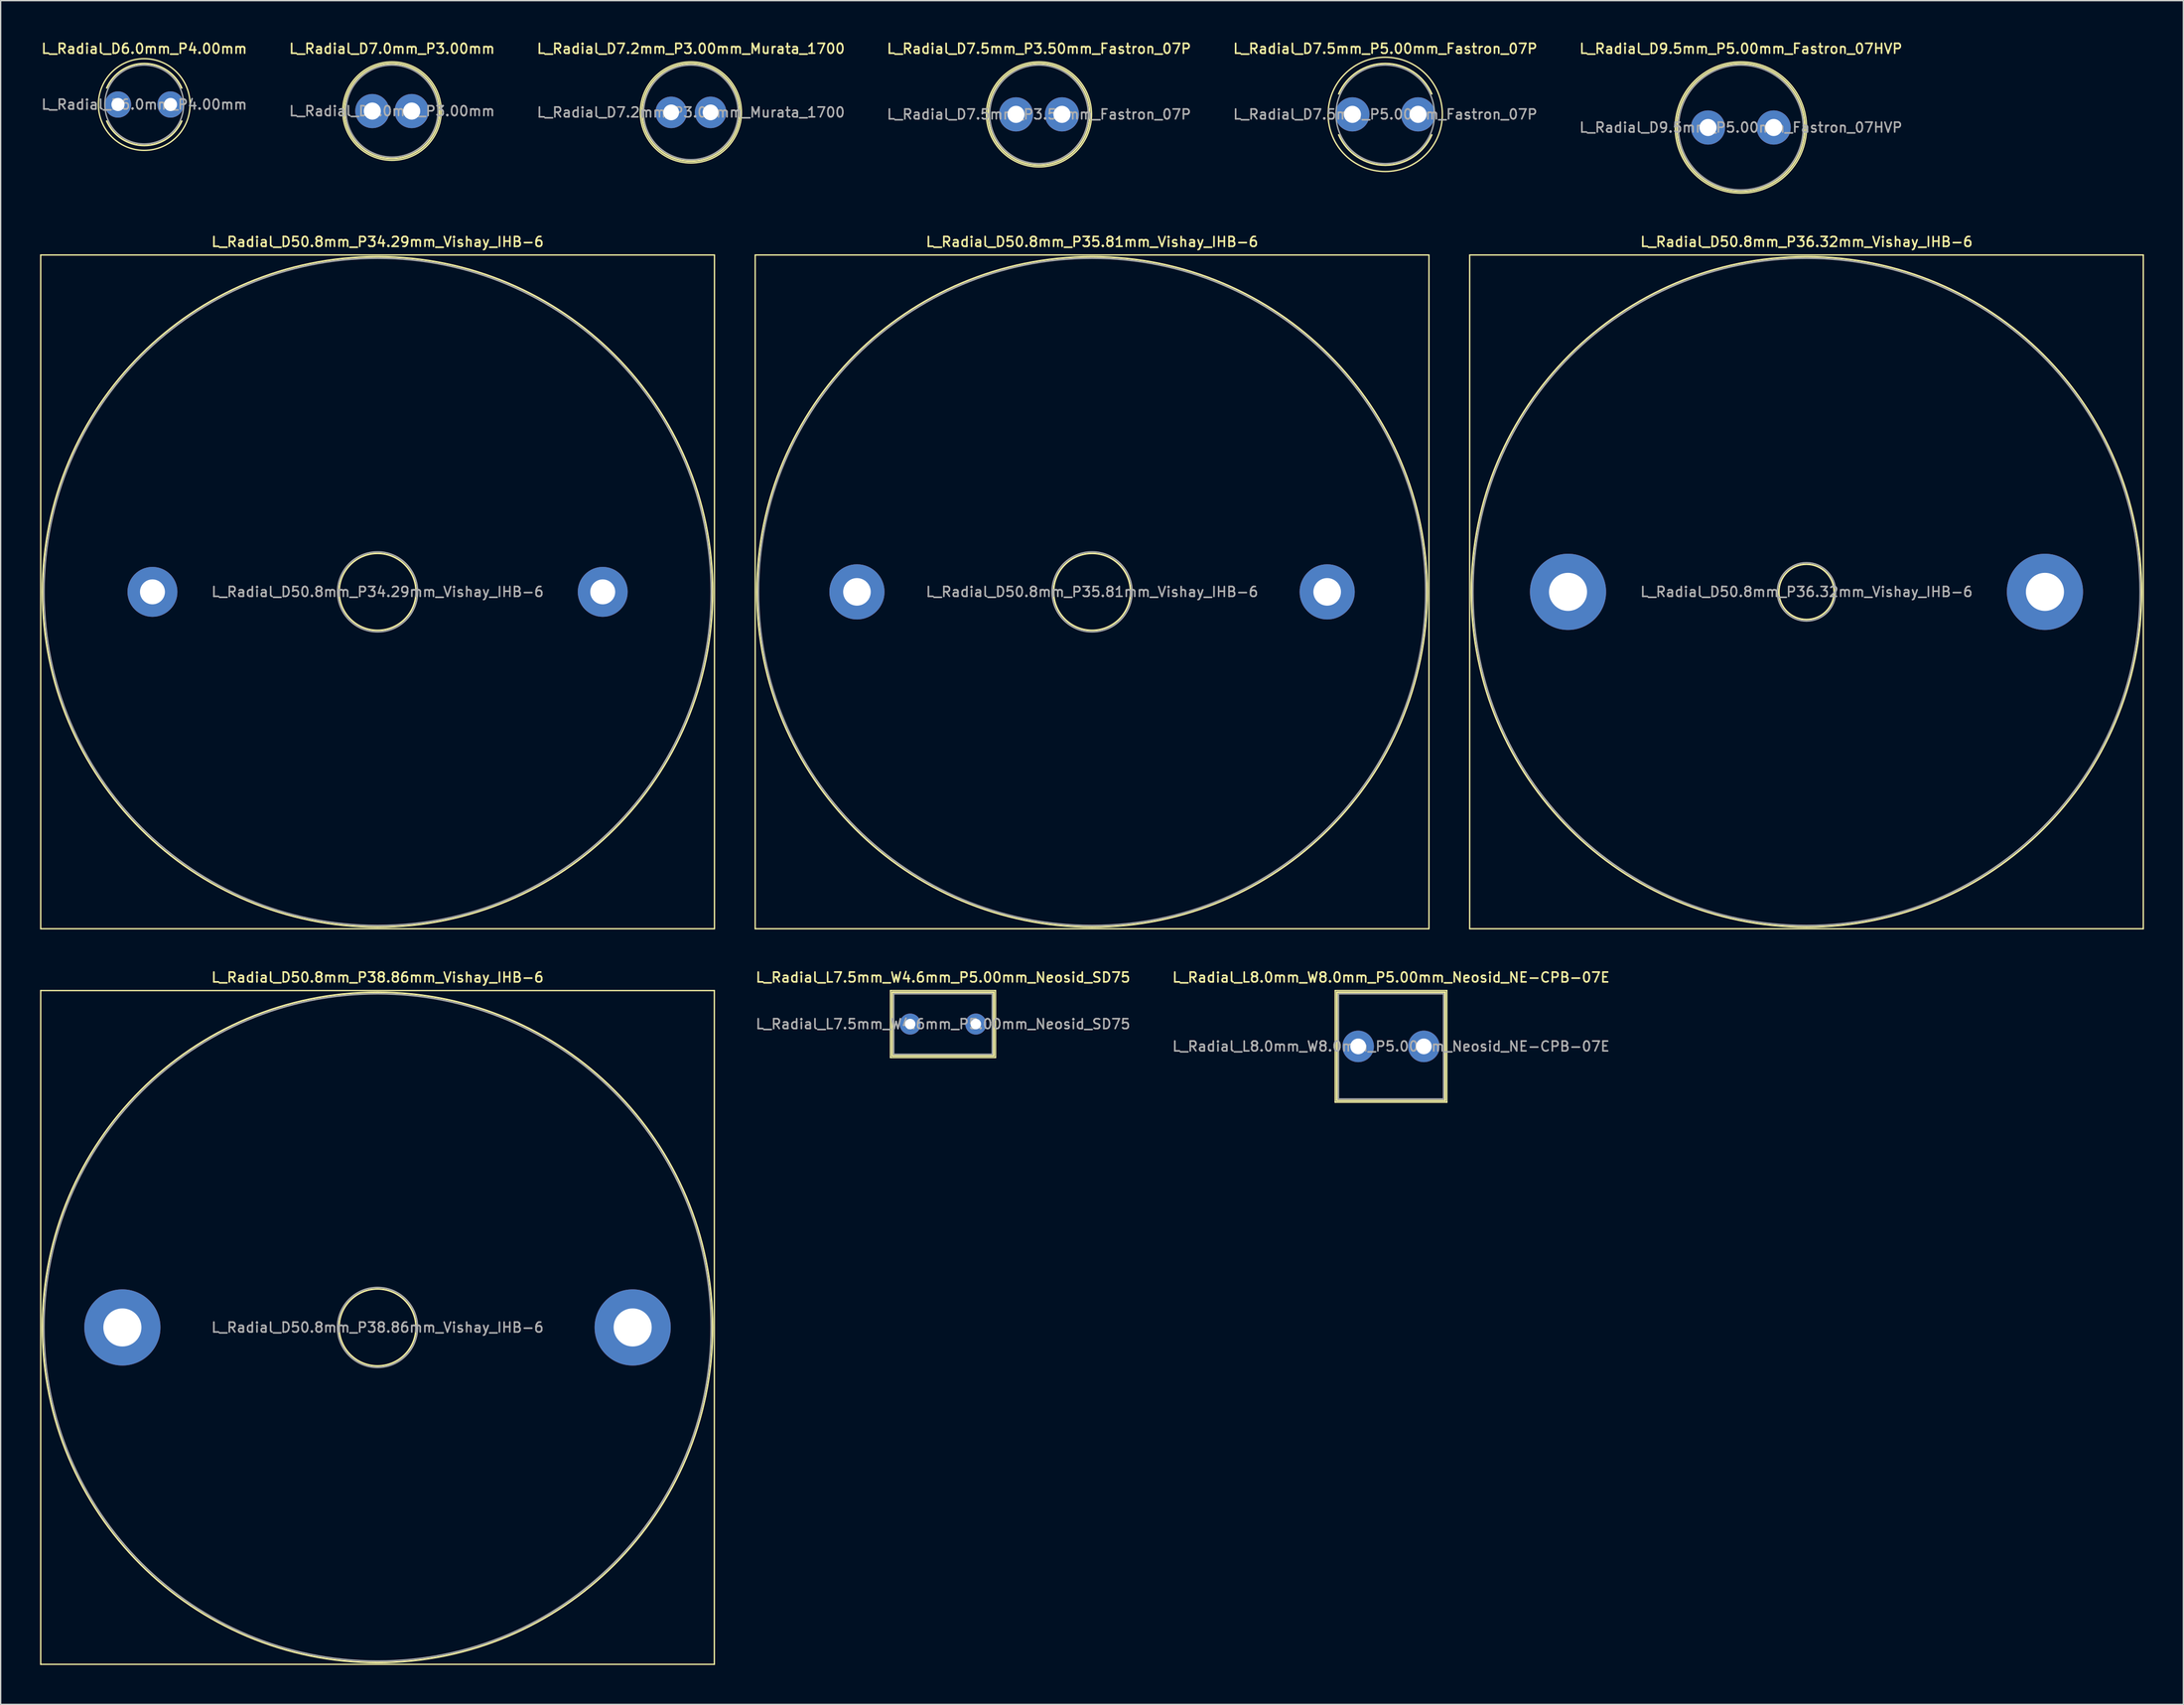
<source format=kicad_pcb>
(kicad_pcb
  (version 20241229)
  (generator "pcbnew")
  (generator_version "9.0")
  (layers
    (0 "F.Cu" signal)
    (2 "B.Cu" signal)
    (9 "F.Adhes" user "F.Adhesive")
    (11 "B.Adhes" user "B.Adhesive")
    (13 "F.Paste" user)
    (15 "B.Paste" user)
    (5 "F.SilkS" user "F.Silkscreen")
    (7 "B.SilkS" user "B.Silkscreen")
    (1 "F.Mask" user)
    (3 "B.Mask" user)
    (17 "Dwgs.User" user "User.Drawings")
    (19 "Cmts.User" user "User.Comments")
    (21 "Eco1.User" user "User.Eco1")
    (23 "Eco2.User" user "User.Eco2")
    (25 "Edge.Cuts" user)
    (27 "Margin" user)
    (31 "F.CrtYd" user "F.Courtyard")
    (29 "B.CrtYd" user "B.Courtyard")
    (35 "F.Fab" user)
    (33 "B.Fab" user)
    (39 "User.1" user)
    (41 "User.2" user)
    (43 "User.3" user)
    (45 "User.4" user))
  (footprint "L_Radial_D50.8mm_P34.29mm_Vishay_IHB-6"
    (layer "F.Cu")
    (at 8.56 42.016)
    (property "Reference" "L_Radial_D50.8mm_P34.29mm_Vishay_IHB-6" (at 17.145 -26.65 0) (layer "F.SilkS") (effects (font (size 0.75 0.75) (thickness 0.125))))
    (attr through_hole)
    (fp_line (start -8.51 -25.65) (end -8.51 25.65) (stroke (width 0.1) (type solid)) (layer "F.SilkS"))
    (fp_line (start -8.51 25.65) (end 42.8 25.65) (stroke (width 0.1) (type solid)) (layer "F.SilkS"))
    (fp_line (start 42.8 -25.65) (end -8.51 -25.65) (stroke (width 0.1) (type solid)) (layer "F.SilkS"))
    (fp_line (start 42.8 25.65) (end 42.8 -25.65) (stroke (width 0.1) (type solid)) (layer "F.SilkS"))
    (fp_circle (center 17.145 0) (end 20.075 0) (stroke (width 0.12) (type solid)) (fill no) (layer "F.SilkS"))
    (fp_circle (center 17.145 0) (end 42.665 0) (stroke (width 0.12) (type solid)) (fill no) (layer "F.SilkS"))
    (fp_circle (center 17.145 0) (end 20.195 0) (stroke (width 0.1) (type solid)) (fill no) (layer "F.Fab"))
    (fp_circle (center 17.145 0) (end 42.545 0) (stroke (width 0.1) (type solid)) (fill no) (layer "F.Fab"))
    (fp_text user "${REFERENCE}" (at 17.145 0 0) (layer "F.Fab") (effects (font (size 0.75 0.75) (thickness 0.125))))
    (pad "1" thru_hole circle (at 0 0) (size 3.8 3.8) (drill 1.9) (layers "*.Cu" "*.Mask"))
    (pad "2" thru_hole circle (at 34.29 0) (size 3.8 3.8) (drill 1.9) (layers "*.Cu" "*.Mask")))
  (footprint "L_Radial_D9.5mm_P5.00mm_Fastron_07HVP"
    (layer "F.Cu")
    (at 127.023 6.658)
    (property "Reference" "L_Radial_D9.5mm_P5.00mm_Fastron_07HVP" (at 2.5 -6 0) (layer "F.SilkS") (effects (font (size 0.75 0.75) (thickness 0.125))))
    (attr through_hole)
    (fp_circle (center 2.5 0) (end 7.37 0) (stroke (width 0.12) (type solid)) (fill no) (layer "F.SilkS"))
    (fp_circle (center 2.5 0) (end 7.5 0) (stroke (width 0.1) (type solid)) (fill no) (layer "F.SilkS"))
    (fp_circle (center 2.5 0) (end 7.25 0) (stroke (width 0.1) (type solid)) (fill no) (layer "F.Fab"))
    (fp_text user "${REFERENCE}" (at 2.5 0 0) (layer "F.Fab") (effects (font (size 0.75 0.75) (thickness 0.125))))
    (pad "1" thru_hole circle (at 0 0) (size 2.6 2.6) (drill 1.3) (layers "*.Cu" "*.Mask"))
    (pad "2" thru_hole circle (at 5 0) (size 2.6 2.6) (drill 1.3) (layers "*.Cu" "*.Mask")))
  (footprint "L_Radial_D50.8mm_P36.32mm_Vishay_IHB-6"
    (layer "F.Cu")
    (at 116.36 42.016)
    (property "Reference" "L_Radial_D50.8mm_P36.32mm_Vishay_IHB-6" (at 18.16 -26.65 0) (layer "F.SilkS") (effects (font (size 0.75 0.75) (thickness 0.125))))
    (attr through_hole)
    (fp_line (start -7.49 -25.65) (end -7.49 25.65) (stroke (width 0.1) (type solid)) (layer "F.SilkS"))
    (fp_line (start -7.49 25.65) (end 43.81 25.65) (stroke (width 0.1) (type solid)) (layer "F.SilkS"))
    (fp_line (start 43.81 -25.65) (end -7.49 -25.65) (stroke (width 0.1) (type solid)) (layer "F.SilkS"))
    (fp_line (start 43.81 25.65) (end 43.81 -25.65) (stroke (width 0.1) (type solid)) (layer "F.SilkS"))
    (fp_circle (center 18.16 0) (end 20.265 0) (stroke (width 0.12) (type solid)) (fill no) (layer "F.SilkS"))
    (fp_circle (center 18.16 0) (end 43.68 0) (stroke (width 0.12) (type solid)) (fill no) (layer "F.SilkS"))
    (fp_circle (center 18.16 0) (end 20.385 0) (stroke (width 0.1) (type solid)) (fill no) (layer "F.Fab"))
    (fp_circle (center 18.16 0) (end 43.56 0) (stroke (width 0.1) (type solid)) (fill no) (layer "F.Fab"))
    (fp_text user "${REFERENCE}" (at 18.16 0 0) (layer "F.Fab") (effects (font (size 0.75 0.75) (thickness 0.125))))
    (pad "1" thru_hole circle (at 0 0) (size 5.8 5.8) (drill 2.9) (layers "*.Cu" "*.Mask"))
    (pad "2" thru_hole circle (at 36.32 0) (size 5.8 5.8) (drill 2.9) (layers "*.Cu" "*.Mask")))
  (footprint "L_Radial_D7.5mm_P3.50mm_Fastron_07P"
    (layer "F.Cu")
    (at 74.323 5.658)
    (property "Reference" "L_Radial_D7.5mm_P3.50mm_Fastron_07P" (at 1.75 -5 0) (layer "F.SilkS") (effects (font (size 0.75 0.75) (thickness 0.125))))
    (attr through_hole)
    (fp_circle (center 1.75 0) (end 5.62 0) (stroke (width 0.12) (type solid)) (fill no) (layer "F.SilkS"))
    (fp_circle (center 1.75 0) (end 5.75 0) (stroke (width 0.1) (type solid)) (fill no) (layer "F.SilkS"))
    (fp_circle (center 1.75 0) (end 5.5 0) (stroke (width 0.1) (type solid)) (fill no) (layer "F.Fab"))
    (fp_text user "${REFERENCE}" (at 1.75 0 0) (layer "F.Fab") (effects (font (size 0.75 0.75) (thickness 0.125))))
    (pad "1" thru_hole circle (at 0 0) (size 2.6 2.6) (drill 1.3) (layers "*.Cu" "*.Mask"))
    (pad "2" thru_hole circle (at 3.5 0) (size 2.6 2.6) (drill 1.3) (layers "*.Cu" "*.Mask")))
  (footprint "L_Radial_D50.8mm_P38.86mm_Vishay_IHB-6"
    (layer "F.Cu")
    (at 6.27 98.024)
    (property "Reference" "L_Radial_D50.8mm_P38.86mm_Vishay_IHB-6" (at 19.43 -26.65 0) (layer "F.SilkS") (effects (font (size 0.75 0.75) (thickness 0.125))))
    (attr through_hole)
    (fp_line (start -6.22 -25.65) (end -6.22 25.65) (stroke (width 0.1) (type solid)) (layer "F.SilkS"))
    (fp_line (start -6.22 25.65) (end 45.08 25.65) (stroke (width 0.1) (type solid)) (layer "F.SilkS"))
    (fp_line (start 45.08 -25.65) (end -6.22 -25.65) (stroke (width 0.1) (type solid)) (layer "F.SilkS"))
    (fp_line (start 45.08 25.65) (end 45.08 -25.65) (stroke (width 0.1) (type solid)) (layer "F.SilkS"))
    (fp_circle (center 19.43 0) (end 22.36 0) (stroke (width 0.12) (type solid)) (fill no) (layer "F.SilkS"))
    (fp_circle (center 19.43 0) (end 44.95 0) (stroke (width 0.12) (type solid)) (fill no) (layer "F.SilkS"))
    (fp_circle (center 19.43 0) (end 22.48 0) (stroke (width 0.1) (type solid)) (fill no) (layer "F.Fab"))
    (fp_circle (center 19.43 0) (end 44.83 0) (stroke (width 0.1) (type solid)) (fill no) (layer "F.Fab"))
    (fp_text user "${REFERENCE}" (at 19.43 0 0) (layer "F.Fab") (effects (font (size 0.75 0.75) (thickness 0.125))))
    (pad "1" thru_hole circle (at 0 0) (size 5.8 5.8) (drill 2.9) (layers "*.Cu" "*.Mask"))
    (pad "2" thru_hole circle (at 38.86 0) (size 5.8 5.8) (drill 2.9) (layers "*.Cu" "*.Mask")))
  (footprint "L_Radial_L7.5mm_W4.6mm_P5.00mm_Neosid_SD75"
    (layer "F.Cu")
    (at 66.263 74.924)
    (property "Reference" "L_Radial_L7.5mm_W4.6mm_P5.00mm_Neosid_SD75" (at 2.5 -3.55 0) (layer "F.SilkS") (effects (font (size 0.75 0.75) (thickness 0.125))))
    (attr through_hole)
    (fp_line (start -1.5 -2.55) (end -1.5 2.55) (stroke (width 0.1) (type solid)) (layer "F.SilkS"))
    (fp_line (start -1.5 2.55) (end 6.5 2.55) (stroke (width 0.1) (type solid)) (layer "F.SilkS"))
    (fp_line (start -1.37 -2.42) (end -1.37 2.42) (stroke (width 0.12) (type solid)) (layer "F.SilkS"))
    (fp_line (start -1.37 -2.42) (end 6.37 -2.42) (stroke (width 0.12) (type solid)) (layer "F.SilkS"))
    (fp_line (start -1.37 2.42) (end 6.37 2.42) (stroke (width 0.12) (type solid)) (layer "F.SilkS"))
    (fp_line (start 6.37 -2.42) (end 6.37 2.42) (stroke (width 0.12) (type solid)) (layer "F.SilkS"))
    (fp_line (start 6.5 -2.55) (end -1.5 -2.55) (stroke (width 0.1) (type solid)) (layer "F.SilkS"))
    (fp_line (start 6.5 2.55) (end 6.5 -2.55) (stroke (width 0.1) (type solid)) (layer "F.SilkS"))
    (fp_line (start -1.25 -2.3) (end -1.25 2.3) (stroke (width 0.1) (type solid)) (layer "F.Fab"))
    (fp_line (start -1.25 2.3) (end 6.25 2.3) (stroke (width 0.1) (type solid)) (layer "F.Fab"))
    (fp_line (start 6.25 -2.3) (end -1.25 -2.3) (stroke (width 0.1) (type solid)) (layer "F.Fab"))
    (fp_line (start 6.25 2.3) (end 6.25 -2.3) (stroke (width 0.1) (type solid)) (layer "F.Fab"))
    (fp_text user "${REFERENCE}" (at 2.5 0 0) (layer "F.Fab") (effects (font (size 0.75 0.75) (thickness 0.125))))
    (pad "1" thru_hole circle (at 0 0) (size 1.6 1.6) (drill 0.8) (layers "*.Cu" "*.Mask"))
    (pad "2" thru_hole circle (at 5 0) (size 1.6 1.6) (drill 0.8) (layers "*.Cu" "*.Mask")))
  (footprint "L_Radial_D7.5mm_P5.00mm_Fastron_07P"
    (layer "F.Cu")
    (at 99.941 5.658)
    (property "Reference" "L_Radial_D7.5mm_P5.00mm_Fastron_07P" (at 2.5 -5 0) (layer "F.SilkS") (effects (font (size 0.75 0.75) (thickness 0.125))))
    (attr through_hole)
    (fp_arc (start -1.041652 -1.56) (mid 2.5 -3.87) (end 6.041652 -1.56) (stroke (width 0.12) (type solid)) (layer "F.SilkS"))
    (fp_arc (start 6.041652 1.56) (mid 2.5 3.87) (end -1.041652 1.56) (stroke (width 0.12) (type solid)) (layer "F.SilkS"))
    (fp_circle (center 2.5 0) (end 6.85 0) (stroke (width 0.1) (type solid)) (fill no) (layer "F.SilkS"))
    (fp_circle (center 2.5 0) (end 6.25 0) (stroke (width 0.1) (type solid)) (fill no) (layer "F.Fab"))
    (fp_text user "${REFERENCE}" (at 2.5 0 0) (layer "F.Fab") (effects (font (size 0.75 0.75) (thickness 0.125))))
    (pad "1" thru_hole circle (at 0 0) (size 2.6 2.6) (drill 1.3) (layers "*.Cu" "*.Mask"))
    (pad "2" thru_hole circle (at 5 0) (size 2.6 2.6) (drill 1.3) (layers "*.Cu" "*.Mask")))
  (footprint "L_Radial_L8.0mm_W8.0mm_P5.00mm_Neosid_NE-CPB-07E"
    (layer "F.Cu")
    (at 100.38 76.624)
    (property "Reference" "L_Radial_L8.0mm_W8.0mm_P5.00mm_Neosid_NE-CPB-07E" (at 2.5 -5.25 0) (layer "F.SilkS") (effects (font (size 0.75 0.75) (thickness 0.125))))
    (attr through_hole)
    (fp_line (start -1.75 -4.25) (end -1.75 4.25) (stroke (width 0.1) (type solid)) (layer "F.SilkS"))
    (fp_line (start -1.75 4.25) (end 6.75 4.25) (stroke (width 0.1) (type solid)) (layer "F.SilkS"))
    (fp_line (start -1.62 -4.12) (end -1.62 4.12) (stroke (width 0.12) (type solid)) (layer "F.SilkS"))
    (fp_line (start -1.62 -4.12) (end 6.62 -4.12) (stroke (width 0.12) (type solid)) (layer "F.SilkS"))
    (fp_line (start -1.62 4.12) (end 6.62 4.12) (stroke (width 0.12) (type solid)) (layer "F.SilkS"))
    (fp_line (start 6.62 -4.12) (end 6.62 4.12) (stroke (width 0.12) (type solid)) (layer "F.SilkS"))
    (fp_line (start 6.75 -4.25) (end -1.75 -4.25) (stroke (width 0.1) (type solid)) (layer "F.SilkS"))
    (fp_line (start 6.75 4.25) (end 6.75 -4.25) (stroke (width 0.1) (type solid)) (layer "F.SilkS"))
    (fp_line (start -1.5 -4) (end -1.5 4) (stroke (width 0.1) (type solid)) (layer "F.Fab"))
    (fp_line (start -1.5 4) (end 6.5 4) (stroke (width 0.1) (type solid)) (layer "F.Fab"))
    (fp_line (start 6.5 -4) (end -1.5 -4) (stroke (width 0.1) (type solid)) (layer "F.Fab"))
    (fp_line (start 6.5 4) (end 6.5 -4) (stroke (width 0.1) (type solid)) (layer "F.Fab"))
    (fp_text user "${REFERENCE}" (at 2.5 0 0) (layer "F.Fab") (effects (font (size 0.75 0.75) (thickness 0.125))))
    (pad "1" thru_hole circle (at 0 0) (size 2.4 2.4) (drill 1.2) (layers "*.Cu" "*.Mask"))
    (pad "2" thru_hole circle (at 5 0) (size 2.4 2.4) (drill 1.2) (layers "*.Cu" "*.Mask")))
  (footprint "L_Radial_D7.2mm_P3.00mm_Murata_1700"
    (layer "F.Cu")
    (at 48.063 5.508)
    (property "Reference" "L_Radial_D7.2mm_P3.00mm_Murata_1700" (at 1.5 -4.85 0) (layer "F.SilkS") (effects (font (size 0.75 0.75) (thickness 0.125))))
    (attr through_hole)
    (fp_circle (center 1.5 0) (end 5.22 0) (stroke (width 0.12) (type solid)) (fill no) (layer "F.SilkS"))
    (fp_circle (center 1.5 0) (end 5.35 0) (stroke (width 0.1) (type solid)) (fill no) (layer "F.SilkS"))
    (fp_circle (center 1.5 0) (end 5.1 0) (stroke (width 0.1) (type solid)) (fill no) (layer "F.Fab"))
    (fp_text user "${REFERENCE}" (at 1.5 0 0) (layer "F.Fab") (effects (font (size 0.75 0.75) (thickness 0.125))))
    (pad "1" thru_hole circle (at 0 0) (size 2.4 2.4) (drill 1.2) (layers "*.Cu" "*.Mask"))
    (pad "2" thru_hole circle (at 3 0) (size 2.4 2.4) (drill 1.2) (layers "*.Cu" "*.Mask")))
  (footprint "L_Radial_D7.0mm_P3.00mm"
    (layer "F.Cu")
    (at 25.302 5.408)
    (property "Reference" "L_Radial_D7.0mm_P3.00mm" (at 1.5 -4.75 0) (layer "F.SilkS") (effects (font (size 0.75 0.75) (thickness 0.125))))
    (attr through_hole)
    (fp_circle (center 1.5 0) (end 5.12 0) (stroke (width 0.12) (type solid)) (fill no) (layer "F.SilkS"))
    (fp_circle (center 1.5 0) (end 5.25 0) (stroke (width 0.1) (type solid)) (fill no) (layer "F.SilkS"))
    (fp_circle (center 1.5 0) (end 5 0) (stroke (width 0.1) (type solid)) (fill no) (layer "F.Fab"))
    (fp_text user "${REFERENCE}" (at 1.5 0 0) (layer "F.Fab") (effects (font (size 0.75 0.75) (thickness 0.125))))
    (pad "1" thru_hole circle (at 0 0) (size 2.6 2.6) (drill 1.3) (layers "*.Cu" "*.Mask"))
    (pad "2" thru_hole circle (at 3 0) (size 2.6 2.6) (drill 1.3) (layers "*.Cu" "*.Mask")))
  (footprint "L_Radial_D50.8mm_P35.81mm_Vishay_IHB-6"
    (layer "F.Cu")
    (at 62.21 42.016)
    (property "Reference" "L_Radial_D50.8mm_P35.81mm_Vishay_IHB-6" (at 17.905 -26.65 0) (layer "F.SilkS") (effects (font (size 0.75 0.75) (thickness 0.125))))
    (attr through_hole)
    (fp_line (start -7.75 -25.65) (end -7.75 25.65) (stroke (width 0.1) (type solid)) (layer "F.SilkS"))
    (fp_line (start -7.75 25.65) (end 43.56 25.65) (stroke (width 0.1) (type solid)) (layer "F.SilkS"))
    (fp_line (start 43.56 -25.65) (end -7.75 -25.65) (stroke (width 0.1) (type solid)) (layer "F.SilkS"))
    (fp_line (start 43.56 25.65) (end 43.56 -25.65) (stroke (width 0.1) (type solid)) (layer "F.SilkS"))
    (fp_circle (center 17.905 0) (end 20.835 0) (stroke (width 0.12) (type solid)) (fill no) (layer "F.SilkS"))
    (fp_circle (center 17.905 0) (end 43.425 0) (stroke (width 0.12) (type solid)) (fill no) (layer "F.SilkS"))
    (fp_circle (center 17.905 0) (end 20.955 0) (stroke (width 0.1) (type solid)) (fill no) (layer "F.Fab"))
    (fp_circle (center 17.905 0) (end 43.305 0) (stroke (width 0.1) (type solid)) (fill no) (layer "F.Fab"))
    (fp_text user "${REFERENCE}" (at 17.905 0 0) (layer "F.Fab") (effects (font (size 0.75 0.75) (thickness 0.125))))
    (pad "1" thru_hole circle (at 0 0) (size 4.2 4.2) (drill 2.1) (layers "*.Cu" "*.Mask"))
    (pad "2" thru_hole circle (at 35.81 0) (size 4.2 4.2) (drill 2.1) (layers "*.Cu" "*.Mask")))
  (footprint "L_Radial_D6.0mm_P4.00mm"
    (layer "F.Cu")
    (at 5.934 4.908)
    (property "Reference" "L_Radial_D6.0mm_P4.00mm" (at 2 -4.25 0) (layer "F.SilkS") (effects (font (size 0.75 0.75) (thickness 0.125))))
    (attr through_hole)
    (fp_arc (start -0.85426 -1.26) (mid 2 -3.12) (end 4.85426 -1.26) (stroke (width 0.12) (type solid)) (layer "F.SilkS"))
    (fp_arc (start 4.85426 1.26) (mid 2 3.12) (end -0.85426 1.26) (stroke (width 0.12) (type solid)) (layer "F.SilkS"))
    (fp_circle (center 2 0) (end 5.49 0) (stroke (width 0.1) (type solid)) (fill no) (layer "F.SilkS"))
    (fp_circle (center 2 0) (end 5 0) (stroke (width 0.1) (type solid)) (fill no) (layer "F.Fab"))
    (fp_text user "${REFERENCE}" (at 2 0 0) (layer "F.Fab") (effects (font (size 0.75 0.75) (thickness 0.125))))
    (pad "1" thru_hole circle (at 0 0) (size 2 2) (drill 1) (layers "*.Cu" "*.Mask"))
    (pad "2" thru_hole circle (at 4 0) (size 2 2) (drill 1) (layers "*.Cu" "*.Mask")))
  (gr_rect
    (start -3 -3)
    (end 163.22 126.724)
    (stroke (width 0.1) (type default))
    (fill no)
    (layer "Edge.Cuts")))
</source>
